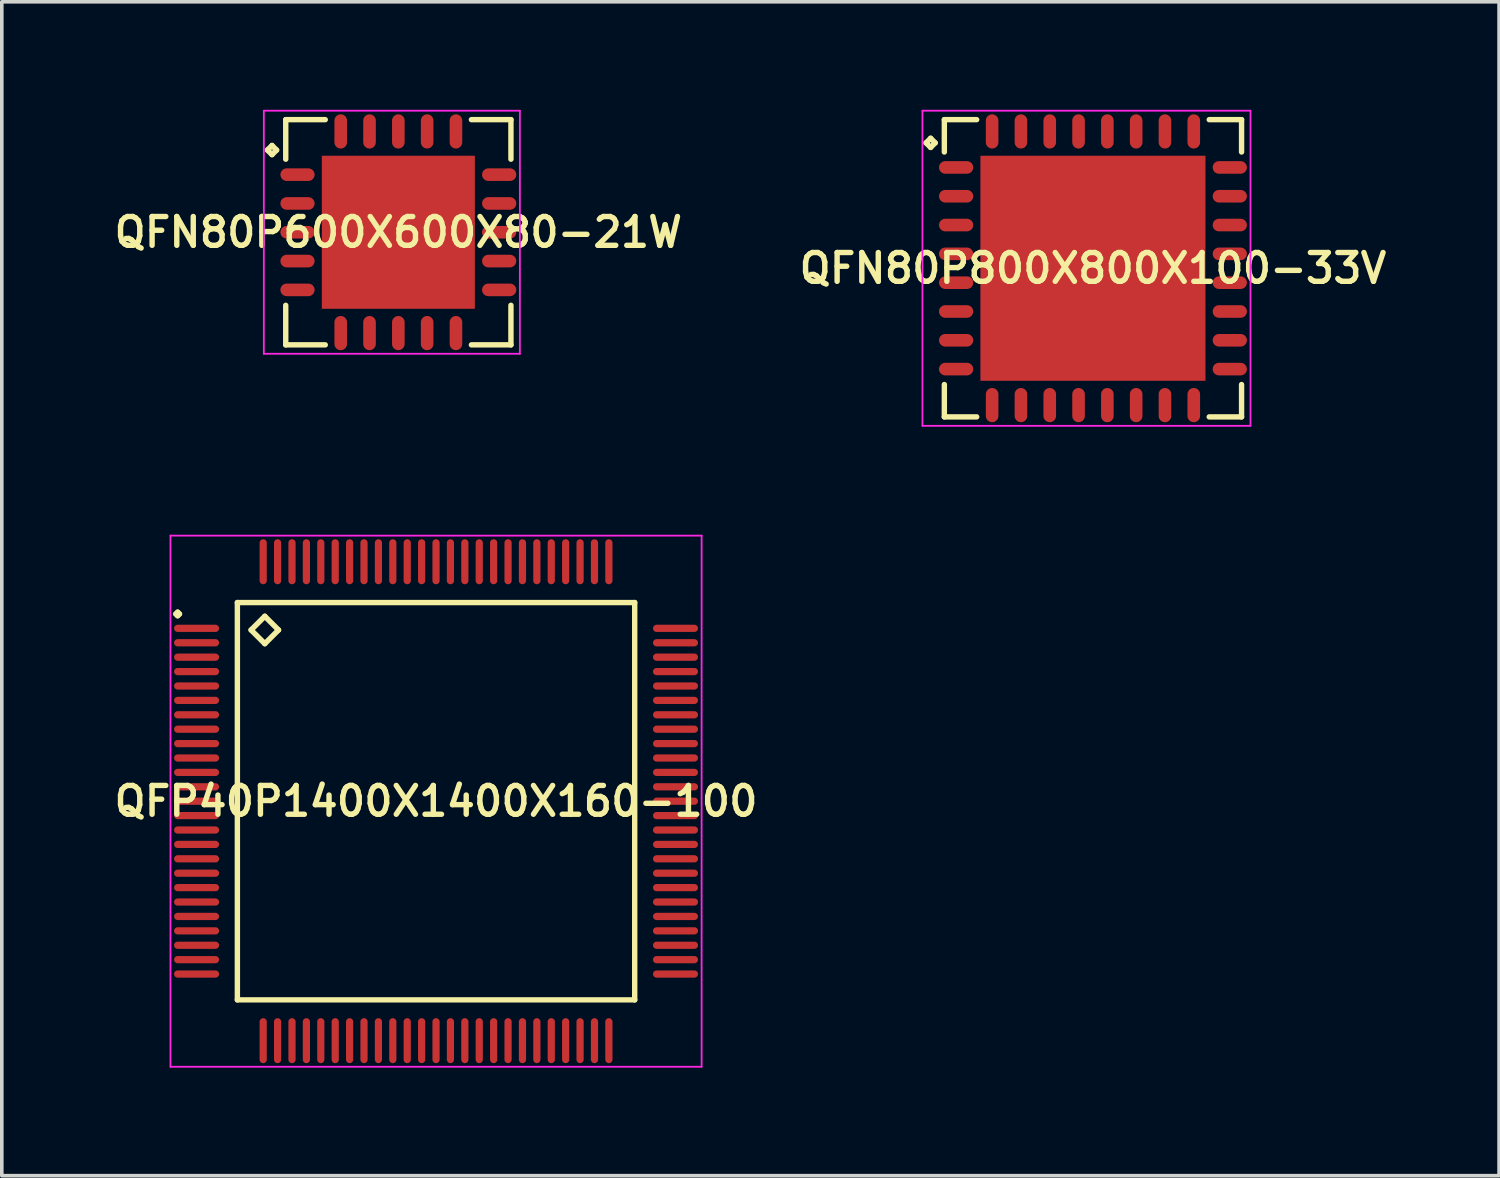
<source format=kicad_pcb>
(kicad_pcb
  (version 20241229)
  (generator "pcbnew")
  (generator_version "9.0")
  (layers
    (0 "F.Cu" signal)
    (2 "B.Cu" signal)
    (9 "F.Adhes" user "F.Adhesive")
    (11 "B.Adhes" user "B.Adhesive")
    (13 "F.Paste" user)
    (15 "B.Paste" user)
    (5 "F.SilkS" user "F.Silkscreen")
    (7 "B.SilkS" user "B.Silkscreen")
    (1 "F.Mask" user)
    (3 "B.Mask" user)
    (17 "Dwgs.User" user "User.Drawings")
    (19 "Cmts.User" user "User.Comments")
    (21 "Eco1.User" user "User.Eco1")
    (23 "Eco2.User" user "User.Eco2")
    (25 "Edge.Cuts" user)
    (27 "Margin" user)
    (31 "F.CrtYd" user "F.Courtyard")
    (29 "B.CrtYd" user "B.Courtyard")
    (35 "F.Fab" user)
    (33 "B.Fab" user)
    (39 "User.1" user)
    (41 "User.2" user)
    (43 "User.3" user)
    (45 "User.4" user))
  (footprint "QFP40P1400X1400X160-100"
    (layer "F.Cu")
    (at 9.059 19.2)
    (property "Reference" "QFP40P1400X1400X160-100" (at 0 0 0) (layer "F.SilkS") (effects (font (size 0.8 0.8) (thickness 0.15))))
    (attr smd)
    (fp_line (start -7.225 -5.2) (end -7.175 -5.25) (stroke (width 0.15) (type solid)) (layer "F.SilkS"))
    (fp_line (start -7.175 -5.25) (end -7.125 -5.2) (stroke (width 0.15) (type solid)) (layer "F.SilkS"))
    (fp_line (start -7.175 -5.15) (end -7.225 -5.2) (stroke (width 0.15) (type solid)) (layer "F.SilkS"))
    (fp_line (start -7.125 -5.2) (end -7.175 -5.15) (stroke (width 0.15) (type solid)) (layer "F.SilkS"))
    (fp_line (start -5.517 -5.517) (end -5.517 5.517) (stroke (width 0.15) (type solid)) (layer "F.SilkS"))
    (fp_line (start -5.517 5.517) (end 5.517 5.517) (stroke (width 0.15) (type solid)) (layer "F.SilkS"))
    (fp_line (start -5.136 -4.755) (end -4.755 -5.136) (stroke (width 0.15) (type solid)) (layer "F.SilkS"))
    (fp_line (start -4.755 -5.136) (end -4.374 -4.755) (stroke (width 0.15) (type solid)) (layer "F.SilkS"))
    (fp_line (start -4.755 -4.374) (end -5.136 -4.755) (stroke (width 0.15) (type solid)) (layer "F.SilkS"))
    (fp_line (start -4.374 -4.755) (end -4.755 -4.374) (stroke (width 0.15) (type solid)) (layer "F.SilkS"))
    (fp_line (start 5.517 -5.517) (end -5.517 -5.517) (stroke (width 0.15) (type solid)) (layer "F.SilkS"))
    (fp_line (start 5.517 5.517) (end 5.517 -5.517) (stroke (width 0.15) (type solid)) (layer "F.SilkS"))
    (fp_line (start -7.375 -7.375) (end 7.375 -7.375) (stroke (width 0.05) (type solid)) (layer "F.CrtYd"))
    (fp_line (start -7.375 7.375) (end -7.375 -7.375) (stroke (width 0.05) (type solid)) (layer "F.CrtYd"))
    (fp_line (start 7.375 -7.375) (end 7.375 7.375) (stroke (width 0.05) (type solid)) (layer "F.CrtYd"))
    (fp_line (start 7.375 7.375) (end -7.375 7.375) (stroke (width 0.05) (type solid)) (layer "F.CrtYd"))
    (pad "1" smd oval (at -6.65 -4.8) (size 1.25 0.2) (layers "F.Cu" "F.Mask" "F.Paste"))
    (pad "2" smd oval (at -6.65 -4.4) (size 1.25 0.2) (layers "F.Cu" "F.Mask" "F.Paste"))
    (pad "3" smd oval (at -6.65 -4) (size 1.25 0.2) (layers "F.Cu" "F.Mask" "F.Paste"))
    (pad "4" smd oval (at -6.65 -3.6) (size 1.25 0.2) (layers "F.Cu" "F.Mask" "F.Paste"))
    (pad "5" smd oval (at -6.65 -3.2) (size 1.25 0.2) (layers "F.Cu" "F.Mask" "F.Paste"))
    (pad "6" smd oval (at -6.65 -2.8) (size 1.25 0.2) (layers "F.Cu" "F.Mask" "F.Paste"))
    (pad "7" smd oval (at -6.65 -2.4) (size 1.25 0.2) (layers "F.Cu" "F.Mask" "F.Paste"))
    (pad "8" smd oval (at -6.65 -2) (size 1.25 0.2) (layers "F.Cu" "F.Mask" "F.Paste"))
    (pad "9" smd oval (at -6.65 -1.6) (size 1.25 0.2) (layers "F.Cu" "F.Mask" "F.Paste"))
    (pad "10" smd oval (at -6.65 -1.2) (size 1.25 0.2) (layers "F.Cu" "F.Mask" "F.Paste"))
    (pad "11" smd oval (at -6.65 -0.8) (size 1.25 0.2) (layers "F.Cu" "F.Mask" "F.Paste"))
    (pad "12" smd oval (at -6.65 -0.4) (size 1.25 0.2) (layers "F.Cu" "F.Mask" "F.Paste"))
    (pad "13" smd oval (at -6.65 0) (size 1.25 0.2) (layers "F.Cu" "F.Mask" "F.Paste"))
    (pad "14" smd oval (at -6.65 0.4) (size 1.25 0.2) (layers "F.Cu" "F.Mask" "F.Paste"))
    (pad "15" smd oval (at -6.65 0.8) (size 1.25 0.2) (layers "F.Cu" "F.Mask" "F.Paste"))
    (pad "16" smd oval (at -6.65 1.2) (size 1.25 0.2) (layers "F.Cu" "F.Mask" "F.Paste"))
    (pad "17" smd oval (at -6.65 1.6) (size 1.25 0.2) (layers "F.Cu" "F.Mask" "F.Paste"))
    (pad "18" smd oval (at -6.65 2) (size 1.25 0.2) (layers "F.Cu" "F.Mask" "F.Paste"))
    (pad "19" smd oval (at -6.65 2.4) (size 1.25 0.2) (layers "F.Cu" "F.Mask" "F.Paste"))
    (pad "20" smd oval (at -6.65 2.8) (size 1.25 0.2) (layers "F.Cu" "F.Mask" "F.Paste"))
    (pad "21" smd oval (at -6.65 3.2) (size 1.25 0.2) (layers "F.Cu" "F.Mask" "F.Paste"))
    (pad "22" smd oval (at -6.65 3.6) (size 1.25 0.2) (layers "F.Cu" "F.Mask" "F.Paste"))
    (pad "23" smd oval (at -6.65 4) (size 1.25 0.2) (layers "F.Cu" "F.Mask" "F.Paste"))
    (pad "24" smd oval (at -6.65 4.4) (size 1.25 0.2) (layers "F.Cu" "F.Mask" "F.Paste"))
    (pad "25" smd oval (at -6.65 4.8) (size 1.25 0.2) (layers "F.Cu" "F.Mask" "F.Paste"))
    (pad "26" smd oval (at -4.8 6.65) (size 0.2 1.25) (layers "F.Cu" "F.Mask" "F.Paste"))
    (pad "27" smd oval (at -4.4 6.65) (size 0.2 1.25) (layers "F.Cu" "F.Mask" "F.Paste"))
    (pad "28" smd oval (at -4 6.65) (size 0.2 1.25) (layers "F.Cu" "F.Mask" "F.Paste"))
    (pad "29" smd oval (at -3.6 6.65) (size 0.2 1.25) (layers "F.Cu" "F.Mask" "F.Paste"))
    (pad "30" smd oval (at -3.2 6.65) (size 0.2 1.25) (layers "F.Cu" "F.Mask" "F.Paste"))
    (pad "31" smd oval (at -2.8 6.65) (size 0.2 1.25) (layers "F.Cu" "F.Mask" "F.Paste"))
    (pad "32" smd oval (at -2.4 6.65) (size 0.2 1.25) (layers "F.Cu" "F.Mask" "F.Paste"))
    (pad "33" smd oval (at -2 6.65) (size 0.2 1.25) (layers "F.Cu" "F.Mask" "F.Paste"))
    (pad "34" smd oval (at -1.6 6.65) (size 0.2 1.25) (layers "F.Cu" "F.Mask" "F.Paste"))
    (pad "35" smd oval (at -1.2 6.65) (size 0.2 1.25) (layers "F.Cu" "F.Mask" "F.Paste"))
    (pad "36" smd oval (at -0.8 6.65) (size 0.2 1.25) (layers "F.Cu" "F.Mask" "F.Paste"))
    (pad "37" smd oval (at -0.4 6.65) (size 0.2 1.25) (layers "F.Cu" "F.Mask" "F.Paste"))
    (pad "38" smd oval (at 0 6.65) (size 0.2 1.25) (layers "F.Cu" "F.Mask" "F.Paste"))
    (pad "39" smd oval (at 0.4 6.65) (size 0.2 1.25) (layers "F.Cu" "F.Mask" "F.Paste"))
    (pad "40" smd oval (at 0.8 6.65) (size 0.2 1.25) (layers "F.Cu" "F.Mask" "F.Paste"))
    (pad "41" smd oval (at 1.2 6.65) (size 0.2 1.25) (layers "F.Cu" "F.Mask" "F.Paste"))
    (pad "42" smd oval (at 1.6 6.65) (size 0.2 1.25) (layers "F.Cu" "F.Mask" "F.Paste"))
    (pad "43" smd oval (at 2 6.65) (size 0.2 1.25) (layers "F.Cu" "F.Mask" "F.Paste"))
    (pad "44" smd oval (at 2.4 6.65) (size 0.2 1.25) (layers "F.Cu" "F.Mask" "F.Paste"))
    (pad "45" smd oval (at 2.8 6.65) (size 0.2 1.25) (layers "F.Cu" "F.Mask" "F.Paste"))
    (pad "46" smd oval (at 3.2 6.65) (size 0.2 1.25) (layers "F.Cu" "F.Mask" "F.Paste"))
    (pad "47" smd oval (at 3.6 6.65) (size 0.2 1.25) (layers "F.Cu" "F.Mask" "F.Paste"))
    (pad "48" smd oval (at 4 6.65) (size 0.2 1.25) (layers "F.Cu" "F.Mask" "F.Paste"))
    (pad "49" smd oval (at 4.4 6.65) (size 0.2 1.25) (layers "F.Cu" "F.Mask" "F.Paste"))
    (pad "50" smd oval (at 4.8 6.65) (size 0.2 1.25) (layers "F.Cu" "F.Mask" "F.Paste"))
    (pad "51" smd oval (at 6.65 4.8) (size 1.25 0.2) (layers "F.Cu" "F.Mask" "F.Paste"))
    (pad "52" smd oval (at 6.65 4.4) (size 1.25 0.2) (layers "F.Cu" "F.Mask" "F.Paste"))
    (pad "53" smd oval (at 6.65 4) (size 1.25 0.2) (layers "F.Cu" "F.Mask" "F.Paste"))
    (pad "54" smd oval (at 6.65 3.6) (size 1.25 0.2) (layers "F.Cu" "F.Mask" "F.Paste"))
    (pad "55" smd oval (at 6.65 3.2) (size 1.25 0.2) (layers "F.Cu" "F.Mask" "F.Paste"))
    (pad "56" smd oval (at 6.65 2.8) (size 1.25 0.2) (layers "F.Cu" "F.Mask" "F.Paste"))
    (pad "57" smd oval (at 6.65 2.4) (size 1.25 0.2) (layers "F.Cu" "F.Mask" "F.Paste"))
    (pad "58" smd oval (at 6.65 2) (size 1.25 0.2) (layers "F.Cu" "F.Mask" "F.Paste"))
    (pad "59" smd oval (at 6.65 1.6) (size 1.25 0.2) (layers "F.Cu" "F.Mask" "F.Paste"))
    (pad "60" smd oval (at 6.65 1.2) (size 1.25 0.2) (layers "F.Cu" "F.Mask" "F.Paste"))
    (pad "61" smd oval (at 6.65 0.8) (size 1.25 0.2) (layers "F.Cu" "F.Mask" "F.Paste"))
    (pad "62" smd oval (at 6.65 0.4) (size 1.25 0.2) (layers "F.Cu" "F.Mask" "F.Paste"))
    (pad "63" smd oval (at 6.65 0) (size 1.25 0.2) (layers "F.Cu" "F.Mask" "F.Paste"))
    (pad "64" smd oval (at 6.65 -0.4) (size 1.25 0.2) (layers "F.Cu" "F.Mask" "F.Paste"))
    (pad "65" smd oval (at 6.65 -0.8) (size 1.25 0.2) (layers "F.Cu" "F.Mask" "F.Paste"))
    (pad "66" smd oval (at 6.65 -1.2) (size 1.25 0.2) (layers "F.Cu" "F.Mask" "F.Paste"))
    (pad "67" smd oval (at 6.65 -1.6) (size 1.25 0.2) (layers "F.Cu" "F.Mask" "F.Paste"))
    (pad "68" smd oval (at 6.65 -2) (size 1.25 0.2) (layers "F.Cu" "F.Mask" "F.Paste"))
    (pad "69" smd oval (at 6.65 -2.4) (size 1.25 0.2) (layers "F.Cu" "F.Mask" "F.Paste"))
    (pad "70" smd oval (at 6.65 -2.8) (size 1.25 0.2) (layers "F.Cu" "F.Mask" "F.Paste"))
    (pad "71" smd oval (at 6.65 -3.2) (size 1.25 0.2) (layers "F.Cu" "F.Mask" "F.Paste"))
    (pad "72" smd oval (at 6.65 -3.6) (size 1.25 0.2) (layers "F.Cu" "F.Mask" "F.Paste"))
    (pad "73" smd oval (at 6.65 -4) (size 1.25 0.2) (layers "F.Cu" "F.Mask" "F.Paste"))
    (pad "74" smd oval (at 6.65 -4.4) (size 1.25 0.2) (layers "F.Cu" "F.Mask" "F.Paste"))
    (pad "75" smd oval (at 6.65 -4.8) (size 1.25 0.2) (layers "F.Cu" "F.Mask" "F.Paste"))
    (pad "76" smd oval (at 4.8 -6.65) (size 0.2 1.25) (layers "F.Cu" "F.Mask" "F.Paste"))
    (pad "77" smd oval (at 4.4 -6.65) (size 0.2 1.25) (layers "F.Cu" "F.Mask" "F.Paste"))
    (pad "78" smd oval (at 4 -6.65) (size 0.2 1.25) (layers "F.Cu" "F.Mask" "F.Paste"))
    (pad "79" smd oval (at 3.6 -6.65) (size 0.2 1.25) (layers "F.Cu" "F.Mask" "F.Paste"))
    (pad "80" smd oval (at 3.2 -6.65) (size 0.2 1.25) (layers "F.Cu" "F.Mask" "F.Paste"))
    (pad "81" smd oval (at 2.8 -6.65) (size 0.2 1.25) (layers "F.Cu" "F.Mask" "F.Paste"))
    (pad "82" smd oval (at 2.4 -6.65) (size 0.2 1.25) (layers "F.Cu" "F.Mask" "F.Paste"))
    (pad "83" smd oval (at 2 -6.65) (size 0.2 1.25) (layers "F.Cu" "F.Mask" "F.Paste"))
    (pad "84" smd oval (at 1.6 -6.65) (size 0.2 1.25) (layers "F.Cu" "F.Mask" "F.Paste"))
    (pad "85" smd oval (at 1.2 -6.65) (size 0.2 1.25) (layers "F.Cu" "F.Mask" "F.Paste"))
    (pad "86" smd oval (at 0.8 -6.65) (size 0.2 1.25) (layers "F.Cu" "F.Mask" "F.Paste"))
    (pad "87" smd oval (at 0.4 -6.65) (size 0.2 1.25) (layers "F.Cu" "F.Mask" "F.Paste"))
    (pad "88" smd oval (at 0 -6.65) (size 0.2 1.25) (layers "F.Cu" "F.Mask" "F.Paste"))
    (pad "89" smd oval (at -0.4 -6.65) (size 0.2 1.25) (layers "F.Cu" "F.Mask" "F.Paste"))
    (pad "90" smd oval (at -0.8 -6.65) (size 0.2 1.25) (layers "F.Cu" "F.Mask" "F.Paste"))
    (pad "91" smd oval (at -1.2 -6.65) (size 0.2 1.25) (layers "F.Cu" "F.Mask" "F.Paste"))
    (pad "92" smd oval (at -1.6 -6.65) (size 0.2 1.25) (layers "F.Cu" "F.Mask" "F.Paste"))
    (pad "93" smd oval (at -2 -6.65) (size 0.2 1.25) (layers "F.Cu" "F.Mask" "F.Paste"))
    (pad "94" smd oval (at -2.4 -6.65) (size 0.2 1.25) (layers "F.Cu" "F.Mask" "F.Paste"))
    (pad "95" smd oval (at -2.8 -6.65) (size 0.2 1.25) (layers "F.Cu" "F.Mask" "F.Paste"))
    (pad "96" smd oval (at -3.2 -6.65) (size 0.2 1.25) (layers "F.Cu" "F.Mask" "F.Paste"))
    (pad "97" smd oval (at -3.6 -6.65) (size 0.2 1.25) (layers "F.Cu" "F.Mask" "F.Paste"))
    (pad "98" smd oval (at -4 -6.65) (size 0.2 1.25) (layers "F.Cu" "F.Mask" "F.Paste"))
    (pad "99" smd oval (at -4.4 -6.65) (size 0.2 1.25) (layers "F.Cu" "F.Mask" "F.Paste"))
    (pad "100" smd oval (at -4.8 -6.65) (size 0.2 1.25) (layers "F.Cu" "F.Mask" "F.Paste")))
  (footprint "QFN80P600X600X80-21W"
    (layer "F.Cu")
    (at 8.012 3.4)
    (property "Reference" "QFN80P600X600X80-21W" (at 0 0 0) (layer "F.SilkS") (effects (font (size 0.8 0.8) (thickness 0.15))))
    (attr smd)
    (fp_line (start -3.635 -2.283) (end -3.508 -2.41) (stroke (width 0.15) (type solid)) (layer "F.SilkS"))
    (fp_line (start -3.508 -2.41) (end -3.381 -2.283) (stroke (width 0.15) (type solid)) (layer "F.SilkS"))
    (fp_line (start -3.508 -2.156) (end -3.635 -2.283) (stroke (width 0.15) (type solid)) (layer "F.SilkS"))
    (fp_line (start -3.381 -2.283) (end -3.508 -2.156) (stroke (width 0.15) (type solid)) (layer "F.SilkS"))
    (fp_line (start -3.127 -3.127) (end -2.029 -3.127) (stroke (width 0.15) (type solid)) (layer "F.SilkS"))
    (fp_line (start -3.127 -2.029) (end -3.127 -3.127) (stroke (width 0.15) (type solid)) (layer "F.SilkS"))
    (fp_line (start -3.127 2.029) (end -3.127 3.127) (stroke (width 0.15) (type solid)) (layer "F.SilkS"))
    (fp_line (start -3.127 3.127) (end -2.029 3.127) (stroke (width 0.15) (type solid)) (layer "F.SilkS"))
    (fp_line (start 2.029 -3.127) (end 3.127 -3.127) (stroke (width 0.15) (type solid)) (layer "F.SilkS"))
    (fp_line (start 2.029 3.127) (end 3.127 3.127) (stroke (width 0.15) (type solid)) (layer "F.SilkS"))
    (fp_line (start 3.127 -3.127) (end 3.127 -2.029) (stroke (width 0.15) (type solid)) (layer "F.SilkS"))
    (fp_line (start 3.127 3.127) (end 3.127 2.029) (stroke (width 0.15) (type solid)) (layer "F.SilkS"))
    (fp_line (start -3.735 -3.375) (end 3.375 -3.375) (stroke (width 0.05) (type solid)) (layer "F.CrtYd"))
    (fp_line (start -3.735 3.375) (end -3.735 -3.375) (stroke (width 0.05) (type solid)) (layer "F.CrtYd"))
    (fp_line (start 3.375 -3.375) (end 3.375 3.375) (stroke (width 0.05) (type solid)) (layer "F.CrtYd"))
    (fp_line (start 3.375 3.375) (end -3.735 3.375) (stroke (width 0.05) (type solid)) (layer "F.CrtYd"))
    (pad "1" smd oval (at -2.8 -1.6) (size 0.95 0.35) (layers "F.Cu" "F.Mask" "F.Paste"))
    (pad "2" smd oval (at -2.8 -0.8) (size 0.95 0.35) (layers "F.Cu" "F.Mask" "F.Paste"))
    (pad "3" smd oval (at -2.8 0) (size 0.95 0.35) (layers "F.Cu" "F.Mask" "F.Paste"))
    (pad "4" smd oval (at -2.8 0.8) (size 0.95 0.35) (layers "F.Cu" "F.Mask" "F.Paste"))
    (pad "5" smd oval (at -2.8 1.6) (size 0.95 0.35) (layers "F.Cu" "F.Mask" "F.Paste"))
    (pad "6" smd oval (at -1.6 2.8) (size 0.35 0.95) (layers "F.Cu" "F.Mask" "F.Paste"))
    (pad "7" smd oval (at -0.8 2.8) (size 0.35 0.95) (layers "F.Cu" "F.Mask" "F.Paste"))
    (pad "8" smd oval (at 0 2.8) (size 0.35 0.95) (layers "F.Cu" "F.Mask" "F.Paste"))
    (pad "9" smd oval (at 0.8 2.8) (size 0.35 0.95) (layers "F.Cu" "F.Mask" "F.Paste"))
    (pad "10" smd oval (at 1.6 2.8) (size 0.35 0.95) (layers "F.Cu" "F.Mask" "F.Paste"))
    (pad "11" smd oval (at 2.8 1.6) (size 0.95 0.35) (layers "F.Cu" "F.Mask" "F.Paste"))
    (pad "12" smd oval (at 2.8 0.8) (size 0.95 0.35) (layers "F.Cu" "F.Mask" "F.Paste"))
    (pad "13" smd oval (at 2.8 0) (size 0.95 0.35) (layers "F.Cu" "F.Mask" "F.Paste"))
    (pad "14" smd oval (at 2.8 -0.8) (size 0.95 0.35) (layers "F.Cu" "F.Mask" "F.Paste"))
    (pad "15" smd oval (at 2.8 -1.6) (size 0.95 0.35) (layers "F.Cu" "F.Mask" "F.Paste"))
    (pad "16" smd oval (at 1.6 -2.8) (size 0.35 0.95) (layers "F.Cu" "F.Mask" "F.Paste"))
    (pad "17" smd oval (at 0.8 -2.8) (size 0.35 0.95) (layers "F.Cu" "F.Mask" "F.Paste"))
    (pad "18" smd oval (at 0 -2.8) (size 0.35 0.95) (layers "F.Cu" "F.Mask" "F.Paste"))
    (pad "19" smd oval (at -0.8 -2.8) (size 0.35 0.95) (layers "F.Cu" "F.Mask" "F.Paste"))
    (pad "20" smd oval (at -1.6 -2.8) (size 0.35 0.95) (layers "F.Cu" "F.Mask" "F.Paste"))
    (pad "21" smd rect (at 0 0) (size 4.25 4.25) (layers "F.Cu" "F.Mask" "F.Paste")))
  (footprint "QFN80P800X800X100-33V"
    (layer "F.Cu")
    (at 27.302 4.4)
    (property "Reference" "QFN80P800X800X100-33V" (at 0 0 0) (layer "F.SilkS") (effects (font (size 0.8 0.8) (thickness 0.15))))
    (attr smd)
    (fp_line (start -4.635 -3.483) (end -4.508 -3.61) (stroke (width 0.15) (type solid)) (layer "F.SilkS"))
    (fp_line (start -4.508 -3.61) (end -4.381 -3.483) (stroke (width 0.15) (type solid)) (layer "F.SilkS"))
    (fp_line (start -4.508 -3.356) (end -4.635 -3.483) (stroke (width 0.15) (type solid)) (layer "F.SilkS"))
    (fp_line (start -4.381 -3.483) (end -4.508 -3.356) (stroke (width 0.15) (type solid)) (layer "F.SilkS"))
    (fp_line (start -4.127 -4.127) (end -3.229 -4.127) (stroke (width 0.15) (type solid)) (layer "F.SilkS"))
    (fp_line (start -4.127 -3.229) (end -4.127 -4.127) (stroke (width 0.15) (type solid)) (layer "F.SilkS"))
    (fp_line (start -4.127 3.229) (end -4.127 4.127) (stroke (width 0.15) (type solid)) (layer "F.SilkS"))
    (fp_line (start -4.127 4.127) (end -3.229 4.127) (stroke (width 0.15) (type solid)) (layer "F.SilkS"))
    (fp_line (start 3.229 -4.127) (end 4.127 -4.127) (stroke (width 0.15) (type solid)) (layer "F.SilkS"))
    (fp_line (start 3.229 4.127) (end 4.127 4.127) (stroke (width 0.15) (type solid)) (layer "F.SilkS"))
    (fp_line (start 4.127 -4.127) (end 4.127 -3.229) (stroke (width 0.15) (type solid)) (layer "F.SilkS"))
    (fp_line (start 4.127 4.127) (end 4.127 3.229) (stroke (width 0.15) (type solid)) (layer "F.SilkS"))
    (fp_line (start -4.735 -4.375) (end 4.375 -4.375) (stroke (width 0.05) (type solid)) (layer "F.CrtYd"))
    (fp_line (start -4.735 4.375) (end -4.735 -4.375) (stroke (width 0.05) (type solid)) (layer "F.CrtYd"))
    (fp_line (start 4.375 -4.375) (end 4.375 4.375) (stroke (width 0.05) (type solid)) (layer "F.CrtYd"))
    (fp_line (start 4.375 4.375) (end -4.735 4.375) (stroke (width 0.05) (type solid)) (layer "F.CrtYd"))
    (pad "1" smd oval (at -3.8 -2.8) (size 0.95 0.35) (layers "F.Cu" "F.Mask" "F.Paste"))
    (pad "2" smd oval (at -3.8 -2) (size 0.95 0.35) (layers "F.Cu" "F.Mask" "F.Paste"))
    (pad "3" smd oval (at -3.8 -1.2) (size 0.95 0.35) (layers "F.Cu" "F.Mask" "F.Paste"))
    (pad "4" smd oval (at -3.8 -0.4) (size 0.95 0.35) (layers "F.Cu" "F.Mask" "F.Paste"))
    (pad "5" smd oval (at -3.8 0.4) (size 0.95 0.35) (layers "F.Cu" "F.Mask" "F.Paste"))
    (pad "6" smd oval (at -3.8 1.2) (size 0.95 0.35) (layers "F.Cu" "F.Mask" "F.Paste"))
    (pad "7" smd oval (at -3.8 2) (size 0.95 0.35) (layers "F.Cu" "F.Mask" "F.Paste"))
    (pad "8" smd oval (at -3.8 2.8) (size 0.95 0.35) (layers "F.Cu" "F.Mask" "F.Paste"))
    (pad "9" smd oval (at -2.8 3.8) (size 0.35 0.95) (layers "F.Cu" "F.Mask" "F.Paste"))
    (pad "10" smd oval (at -2 3.8) (size 0.35 0.95) (layers "F.Cu" "F.Mask" "F.Paste"))
    (pad "11" smd oval (at -1.2 3.8) (size 0.35 0.95) (layers "F.Cu" "F.Mask" "F.Paste"))
    (pad "12" smd oval (at -0.4 3.8) (size 0.35 0.95) (layers "F.Cu" "F.Mask" "F.Paste"))
    (pad "13" smd oval (at 0.4 3.8) (size 0.35 0.95) (layers "F.Cu" "F.Mask" "F.Paste"))
    (pad "14" smd oval (at 1.2 3.8) (size 0.35 0.95) (layers "F.Cu" "F.Mask" "F.Paste"))
    (pad "15" smd oval (at 2 3.8) (size 0.35 0.95) (layers "F.Cu" "F.Mask" "F.Paste"))
    (pad "16" smd oval (at 2.8 3.8) (size 0.35 0.95) (layers "F.Cu" "F.Mask" "F.Paste"))
    (pad "17" smd oval (at 3.8 2.8) (size 0.95 0.35) (layers "F.Cu" "F.Mask" "F.Paste"))
    (pad "18" smd oval (at 3.8 2) (size 0.95 0.35) (layers "F.Cu" "F.Mask" "F.Paste"))
    (pad "19" smd oval (at 3.8 1.2) (size 0.95 0.35) (layers "F.Cu" "F.Mask" "F.Paste"))
    (pad "20" smd oval (at 3.8 0.4) (size 0.95 0.35) (layers "F.Cu" "F.Mask" "F.Paste"))
    (pad "21" smd oval (at 3.8 -0.4) (size 0.95 0.35) (layers "F.Cu" "F.Mask" "F.Paste"))
    (pad "22" smd oval (at 3.8 -1.2) (size 0.95 0.35) (layers "F.Cu" "F.Mask" "F.Paste"))
    (pad "23" smd oval (at 3.8 -2) (size 0.95 0.35) (layers "F.Cu" "F.Mask" "F.Paste"))
    (pad "24" smd oval (at 3.8 -2.8) (size 0.95 0.35) (layers "F.Cu" "F.Mask" "F.Paste"))
    (pad "25" smd oval (at 2.8 -3.8) (size 0.35 0.95) (layers "F.Cu" "F.Mask" "F.Paste"))
    (pad "26" smd oval (at 2 -3.8) (size 0.35 0.95) (layers "F.Cu" "F.Mask" "F.Paste"))
    (pad "27" smd oval (at 1.2 -3.8) (size 0.35 0.95) (layers "F.Cu" "F.Mask" "F.Paste"))
    (pad "28" smd oval (at 0.4 -3.8) (size 0.35 0.95) (layers "F.Cu" "F.Mask" "F.Paste"))
    (pad "29" smd oval (at -0.4 -3.8) (size 0.35 0.95) (layers "F.Cu" "F.Mask" "F.Paste"))
    (pad "30" smd oval (at -1.2 -3.8) (size 0.35 0.95) (layers "F.Cu" "F.Mask" "F.Paste"))
    (pad "31" smd oval (at -2 -3.8) (size 0.35 0.95) (layers "F.Cu" "F.Mask" "F.Paste"))
    (pad "32" smd oval (at -2.8 -3.8) (size 0.35 0.95) (layers "F.Cu" "F.Mask" "F.Paste"))
    (pad "33" smd rect (at 0 0) (size 6.25 6.25) (layers "F.Cu" "F.Mask" "F.Paste")))
  (gr_rect
    (start -3 -3)
    (end 38.58 29.6)
    (stroke (width 0.1) (type default))
    (fill no)
    (layer "Edge.Cuts")))
</source>
